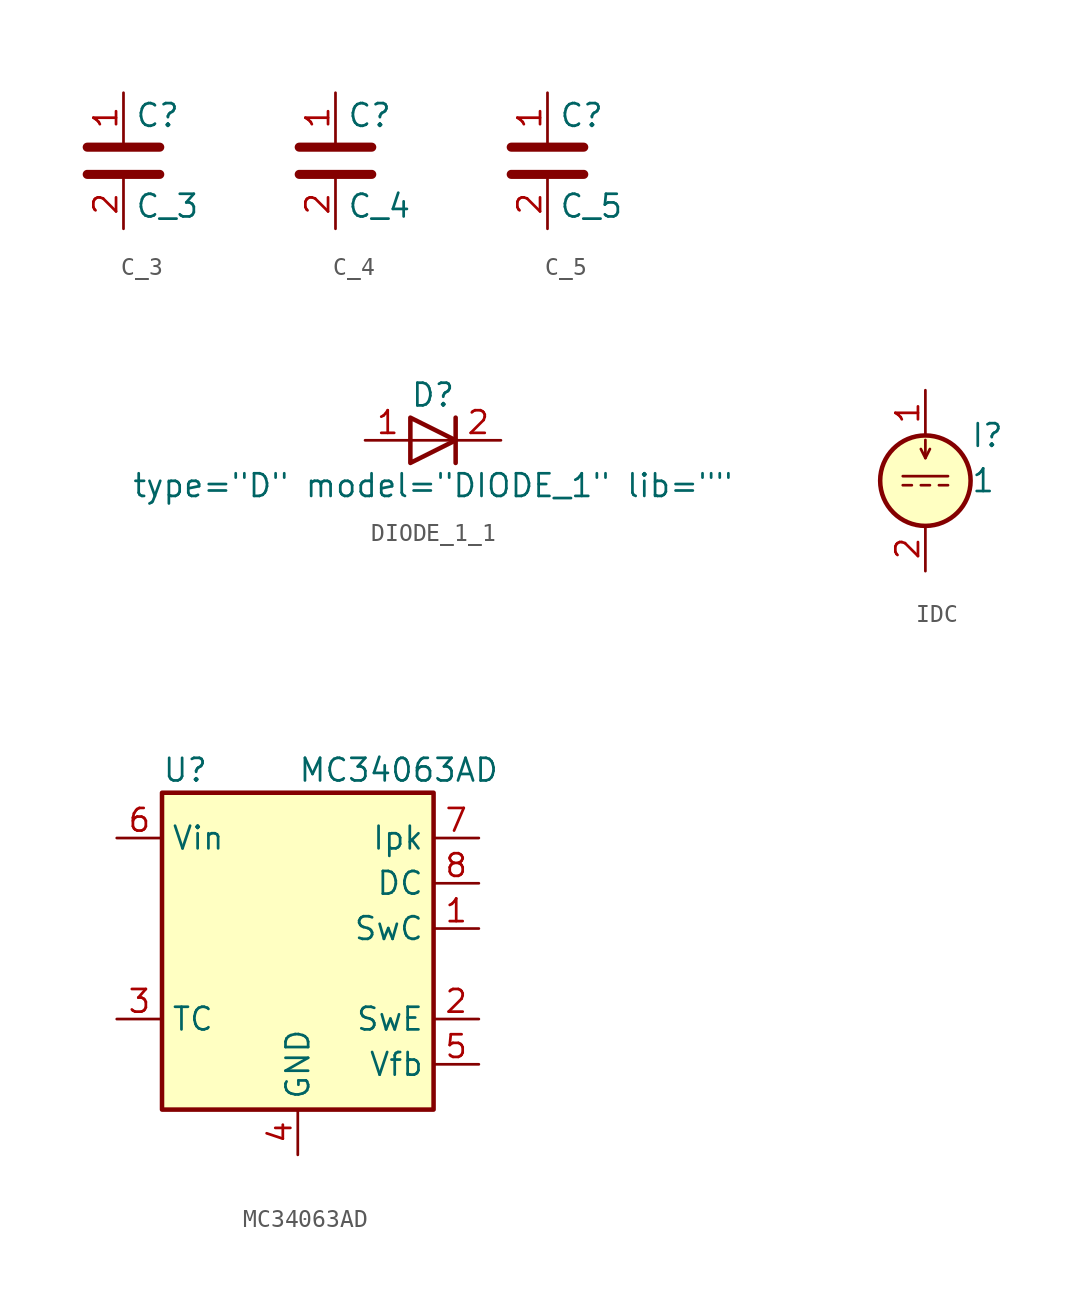
<source format=kicad_sym>
(kicad_symbol_lib
  (version 20231120)
  (generator "kicad_symbol_editor")
  (generator_version "8.0")
  (symbol "C_3"
    (pin_names
      (offset 0.254) hide)
    (property "Reference" "C"
      (at 0.635 2.54 0)
      (effects (font (size 1.27 1.27)) (justify left)))
    (property "Value" "C_3"
      (at 0.635 -2.54 0)
      (effects (font (size 1.27 1.27)) (justify left)))
    (symbol "C_3_0_1"
      (polyline (pts (xy -2.032 -0.762) (xy 2.032 -0.762)) (stroke (width 0.508) (type default)) (fill (type none)))
      (polyline (pts (xy -2.032 0.762) (xy 2.032 0.762)) (stroke (width 0.508) (type default)) (fill (type none))))
    (symbol "C_3_1_1"
      (pin passive line (at 0 3.81 270) (length 2.794) (name "~" (effects (font (size 1.27 1.27)))) (number "1" (effects (font (size 1.27 1.27)))))
      (pin passive line (at 0 -3.81 90) (length 2.794) (name "~" (effects (font (size 1.27 1.27)))) (number "2" (effects (font (size 1.27 1.27)))))))
  (symbol "C_4"
    (pin_names
      (offset 0.254) hide)
    (property "Reference" "C"
      (at 0.635 2.54 0)
      (effects (font (size 1.27 1.27)) (justify left)))
    (property "Value" "C_4"
      (at 0.635 -2.54 0)
      (effects (font (size 1.27 1.27)) (justify left)))
    (symbol "C_4_0_1"
      (polyline (pts (xy -2.032 -0.762) (xy 2.032 -0.762)) (stroke (width 0.508) (type default)) (fill (type none)))
      (polyline (pts (xy -2.032 0.762) (xy 2.032 0.762)) (stroke (width 0.508) (type default)) (fill (type none))))
    (symbol "C_4_1_1"
      (pin passive line (at 0 3.81 270) (length 2.794) (name "~" (effects (font (size 1.27 1.27)))) (number "1" (effects (font (size 1.27 1.27)))))
      (pin passive line (at 0 -3.81 90) (length 2.794) (name "~" (effects (font (size 1.27 1.27)))) (number "2" (effects (font (size 1.27 1.27)))))))
  (symbol "C_5"
    (pin_names
      (offset 0.254) hide)
    (property "Reference" "C"
      (at 0.635 2.54 0)
      (effects (font (size 1.27 1.27)) (justify left)))
    (property "Value" "C_5"
      (at 0.635 -2.54 0)
      (effects (font (size 1.27 1.27)) (justify left)))
    (symbol "C_5_0_1"
      (polyline (pts (xy -2.032 -0.762) (xy 2.032 -0.762)) (stroke (width 0.508) (type default)) (fill (type none)))
      (polyline (pts (xy -2.032 0.762) (xy 2.032 0.762)) (stroke (width 0.508) (type default)) (fill (type none))))
    (symbol "C_5_1_1"
      (pin passive line (at 0 3.81 270) (length 2.794) (name "~" (effects (font (size 1.27 1.27)))) (number "1" (effects (font (size 1.27 1.27)))))
      (pin passive line (at 0 -3.81 90) (length 2.794) (name "~" (effects (font (size 1.27 1.27)))) (number "2" (effects (font (size 1.27 1.27)))))))
  (symbol "DIODE_1_1"
    (pin_names
      (offset 1.016) hide)
    (property "Reference" "D"
      (at 0 2.54 0)
      (effects (font (size 1.27 1.27))))
    (property "Value" "${SIM.PARAMS}"
      (at 0 -2.54 0)
      (effects (font (size 1.27 1.27))))
    (property "Sim.Params" "type=\"D\" model=\"DIODE_1\" lib=\"\""
      (at 0 0 0)
      (effects (font (size 1.27 1.27)) (hide yes)))
    (symbol "DIODE_1_1_0_1"
      (polyline (pts (xy 1.27 0) (xy -1.27 0)) (stroke (width 0) (type default)) (fill (type none)))
      (polyline (pts (xy 1.27 1.27) (xy 1.27 -1.27)) (stroke (width 0.254) (type default)) (fill (type none)))
      (polyline (pts (xy -1.27 -1.27) (xy -1.27 1.27) (xy 1.27 0) (xy -1.27 -1.27)) (stroke (width 0.254) (type default)) (fill (type none))))
    (symbol "DIODE_1_1_1_1"
      (pin passive line (at -3.81 0 0) (length 2.54) (name "A" (effects (font (size 1.27 1.27)))) (number "1" (effects (font (size 1.27 1.27)))))
      (pin passive line (at 3.81 0 180) (length 2.54) (name "K" (effects (font (size 1.27 1.27)))) (number "2" (effects (font (size 1.27 1.27)))))))
  (symbol "IDC"
    (pin_names
      (offset 0.025) hide)
    (property "Reference" "I"
      (at 2.54 2.54 0)
      (effects (font (size 1.27 1.27)) (justify left)))
    (property "Value" "1"
      (at 2.54 0 0)
      (effects (font (size 1.27 1.27)) (justify left)))
    (symbol "IDC_0_0"
      (polyline (pts (xy -1.27 0.254) (xy 1.27 0.254)) (stroke (width 0) (type default)) (fill (type none)))
      (polyline (pts (xy -0.762 -0.254) (xy -1.27 -0.254)) (stroke (width 0) (type default)) (fill (type none)))
      (polyline (pts (xy 0.254 -0.254) (xy -0.254 -0.254)) (stroke (width 0) (type default)) (fill (type none)))
      (polyline (pts (xy 1.27 -0.254) (xy 0.762 -0.254)) (stroke (width 0) (type default)) (fill (type none))))
    (symbol "IDC_0_1"
      (polyline (pts (xy 0 1.27) (xy 0 2.286)) (stroke (width 0) (type default)) (fill (type none)))
      (polyline (pts (xy -0.254 1.778) (xy 0 1.27) (xy 0.254 1.778)) (stroke (width 0) (type default)) (fill (type none)))
      (circle (center 0 0) (radius 2.54) (stroke (width 0.254) (type default)) (fill (type background))))
    (symbol "IDC_1_1"
      (pin passive line (at 0 5.08 270) (length 2.54) (name "~" (effects (font (size 1.27 1.27)))) (number "1" (effects (font (size 1.27 1.27)))))
      (pin passive line (at 0 -5.08 90) (length 2.54) (name "~" (effects (font (size 1.27 1.27)))) (number "2" (effects (font (size 1.27 1.27)))))))
  (symbol "MC34063AD"
    (property "Reference" "U"
      (at -7.62 8.89 0)
      (effects (font (size 1.27 1.27)) (justify left)))
    (property "Value" "MC34063AD"
      (at 0 8.89 0)
      (effects (font (size 1.27 1.27)) (justify left)))
    (symbol "MC34063AD_0_1"
      (rectangle (start -7.62 7.62) (end 7.62 -10.16) (stroke (width 0.254) (type default)) (fill (type background))))
    (symbol "MC34063AD_1_1"
      (pin open_collector line (at 10.16 0 180) (length 2.54) (name "SwC" (effects (font (size 1.27 1.27)))) (number "1" (effects (font (size 1.27 1.27)))))
      (pin open_emitter line (at 10.16 -5.08 180) (length 2.54) (name "SwE" (effects (font (size 1.27 1.27)))) (number "2" (effects (font (size 1.27 1.27)))))
      (pin passive line (at -10.16 -5.08 0) (length 2.54) (name "TC" (effects (font (size 1.27 1.27)))) (number "3" (effects (font (size 1.27 1.27)))))
      (pin power_in line (at 0 -12.7 90) (length 2.54) (name "GND" (effects (font (size 1.27 1.27)))) (number "4" (effects (font (size 1.27 1.27)))))
      (pin input line (at 10.16 -7.62 180) (length 2.54) (name "Vfb" (effects (font (size 1.27 1.27)))) (number "5" (effects (font (size 1.27 1.27)))))
      (pin power_in line (at -10.16 5.08 0) (length 2.54) (name "Vin" (effects (font (size 1.27 1.27)))) (number "6" (effects (font (size 1.27 1.27)))))
      (pin input line (at 10.16 5.08 180) (length 2.54) (name "Ipk" (effects (font (size 1.27 1.27)))) (number "7" (effects (font (size 1.27 1.27)))))
      (pin open_collector line (at 10.16 2.54 180) (length 2.54) (name "DC" (effects (font (size 1.27 1.27)))) (number "8" (effects (font (size 1.27 1.27))))))))
</source>
